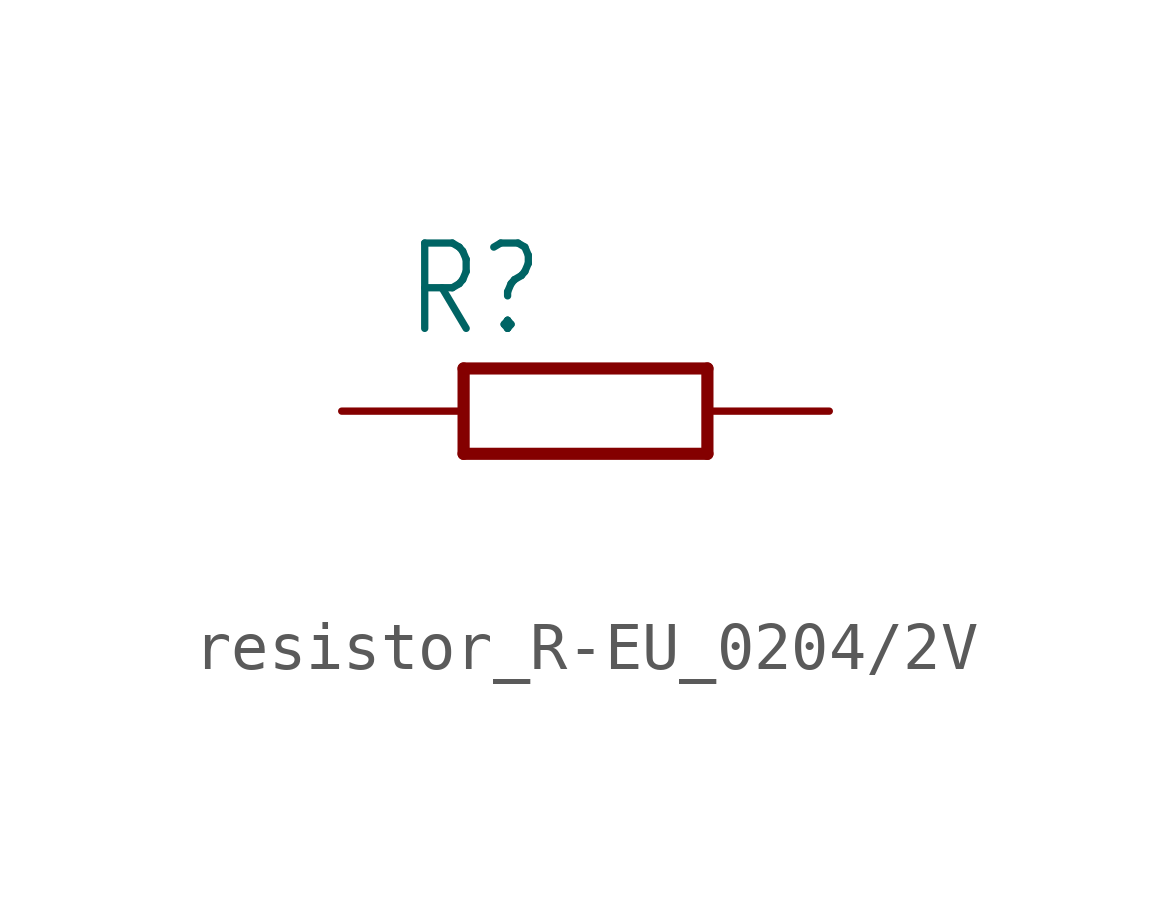
<source format=kicad_sym>
(kicad_symbol_lib
  (version 20220914)
  (generator kicad_symbol_editor)
  (symbol "resistor_R-EU_0204/2V"
    (property "Reference" "R"
      (at -3.81 1.499 0)
      (effects (font (size 1.778 1.511)) (justify left bottom)))
    (property "Value" ""
      (at -3.81 -3.302 0)
      (effects (font (size 1.778 1.511)) (justify left bottom)))
    (property "ki_locked" ""
      (at 0 0 0)
      (effects (font (size 1.27 1.27))))
    (symbol "resistor_R-EU_0204/2V_1_0"
      (polyline (pts (xy -2.54 -0.889) (xy -2.54 0.889)) (stroke (width 0.254) (type solid)) (fill (type none)))
      (polyline (pts (xy -2.54 -0.889) (xy 2.54 -0.889)) (stroke (width 0.254) (type solid)) (fill (type none)))
      (polyline (pts (xy 2.54 -0.889) (xy 2.54 0.889)) (stroke (width 0.254) (type solid)) (fill (type none)))
      (polyline (pts (xy 2.54 0.889) (xy -2.54 0.889)) (stroke (width 0.254) (type solid)) (fill (type none)))
      (pin passive line (at -5.08 0 0) (length 2.54) (name "1" (effects (font (size 0 0)))) (number "1" (effects (font (size 0 0)))))
      (pin passive line (at 5.08 0 180) (length 2.54) (name "2" (effects (font (size 0 0)))) (number "2" (effects (font (size 0 0))))))))
</source>
